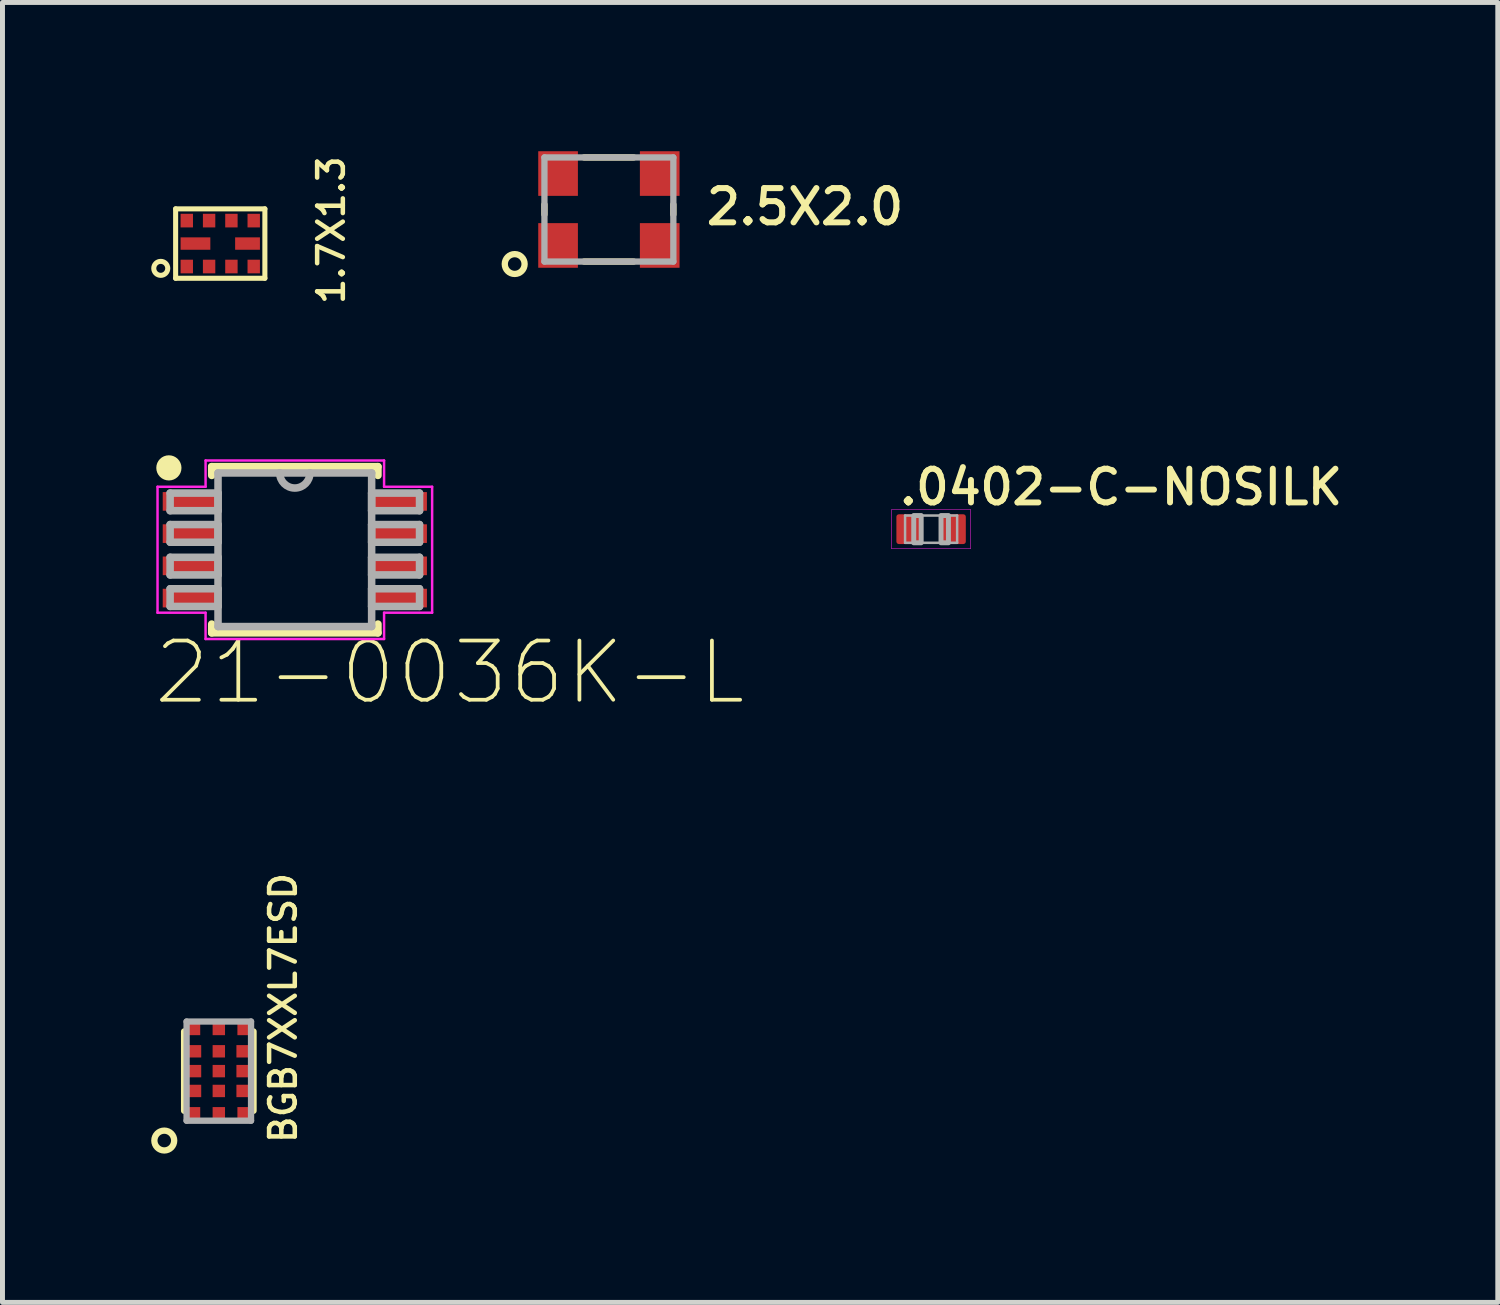
<source format=kicad_pcb>
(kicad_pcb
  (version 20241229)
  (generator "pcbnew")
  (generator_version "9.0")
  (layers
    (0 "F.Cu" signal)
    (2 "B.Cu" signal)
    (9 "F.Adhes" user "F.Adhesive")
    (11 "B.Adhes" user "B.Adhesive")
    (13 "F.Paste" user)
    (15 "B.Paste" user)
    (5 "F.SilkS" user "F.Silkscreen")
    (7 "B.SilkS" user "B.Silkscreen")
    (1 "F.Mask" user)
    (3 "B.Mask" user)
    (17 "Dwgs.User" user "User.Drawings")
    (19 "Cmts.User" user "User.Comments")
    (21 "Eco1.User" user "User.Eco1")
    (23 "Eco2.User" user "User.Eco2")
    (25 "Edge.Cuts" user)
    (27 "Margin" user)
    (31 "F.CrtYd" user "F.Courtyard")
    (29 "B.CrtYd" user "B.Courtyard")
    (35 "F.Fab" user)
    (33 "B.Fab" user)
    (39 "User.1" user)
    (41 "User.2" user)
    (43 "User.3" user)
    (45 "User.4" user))
  (footprint "1.7X1.3"
    (layer "F.Cu")
    (at 1.392 1.862)
    (property "Reference" "1.7X1.3" (at 2.54 1.27 90) (layer "F.SilkS") (effects (font (size 0.518 0.518) (thickness 0.091)) (justify left bottom)))
    (fp_line (start -0.9 -0.7) (end -0.9 0.7) (stroke (width 0.102) (type solid)) (layer "F.SilkS"))
    (fp_line (start -0.9 0.7) (end 0.9 0.7) (stroke (width 0.102) (type solid)) (layer "F.SilkS"))
    (fp_line (start 0.9 -0.7) (end -0.9 -0.7) (stroke (width 0.102) (type solid)) (layer "F.SilkS"))
    (fp_line (start 0.9 0.7) (end 0.9 -0.7) (stroke (width 0.102) (type solid)) (layer "F.SilkS"))
    (fp_circle (center -1.2 0.5) (end -1.059 0.5) (stroke (width 0.102) (type solid)) (fill no) (layer "F.SilkS"))
    (pad "1" smd rect (at -0.675 0.463) (size 0.25 0.275) (layers "F.Cu" "F.Mask" "F.Paste"))
    (pad "2" smd rect (at -0.225 0.463) (size 0.25 0.275) (layers "F.Cu" "F.Mask" "F.Paste"))
    (pad "3" smd rect (at 0.225 0.463) (size 0.25 0.275) (layers "F.Cu" "F.Mask" "F.Paste"))
    (pad "4" smd rect (at 0.675 0.463) (size 0.25 0.275) (layers "F.Cu" "F.Mask" "F.Paste"))
    (pad "5" smd rect (at 0.55 0 180) (size 0.5 0.25) (layers "F.Cu" "F.Mask" "F.Paste"))
    (pad "6" smd rect (at 0.675 -0.463 180) (size 0.25 0.275) (layers "F.Cu" "F.Mask" "F.Paste"))
    (pad "7" smd rect (at 0.225 -0.463 180) (size 0.25 0.275) (layers "F.Cu" "F.Mask" "F.Paste"))
    (pad "8" smd rect (at -0.225 -0.463 180) (size 0.25 0.275) (layers "F.Cu" "F.Mask" "F.Paste"))
    (pad "9" smd rect (at -0.675 -0.463 180) (size 0.25 0.275) (layers "F.Cu" "F.Mask" "F.Paste"))
    (pad "10" smd rect (at -0.5 0) (size 0.6 0.25) (layers "F.Cu" "F.Mask" "F.Paste")))
  (footprint ".0402-C-NOSILK"
    (layer "F.Cu")
    (at 15.728 7.622)
    (property "Reference" ".0402-C-NOSILK" (at -0.7 -0.45 0) (layer "F.SilkS") (effects (font (size 0.68 0.68) (thickness 0.12)) (justify left bottom)))
    (fp_poly (pts (xy -0.76 0.36) (xy -0.14 0.36) (xy -0.14 -0.36) (xy -0.76 -0.36)) (stroke (width 0) (type solid)) (fill yes) (layer "F.Mask"))
    (fp_poly (pts (xy 0.14 0.36) (xy 0.76 0.36) (xy 0.76 -0.36) (xy 0.14 -0.36)) (stroke (width 0) (type solid)) (fill yes) (layer "F.Mask"))
    (fp_line (start -0.795 -0.395) (end -0.795 0.395) (stroke (width 0.01) (type solid)) (layer "F.CrtYd"))
    (fp_line (start -0.795 0.395) (end 0.795 0.395) (stroke (width 0.01) (type solid)) (layer "F.CrtYd"))
    (fp_line (start 0.795 -0.395) (end -0.795 -0.395) (stroke (width 0.01) (type solid)) (layer "F.CrtYd"))
    (fp_line (start 0.795 0.395) (end 0.795 -0.395) (stroke (width 0.01) (type solid)) (layer "F.CrtYd"))
    (fp_line (start -0.525 -0.275) (end 0.525 -0.275) (stroke (width 0.05) (type solid)) (layer "F.Fab"))
    (fp_line (start -0.525 0.275) (end -0.525 -0.275) (stroke (width 0.05) (type solid)) (layer "F.Fab"))
    (fp_line (start 0.525 -0.275) (end 0.525 0.275) (stroke (width 0.05) (type solid)) (layer "F.Fab"))
    (fp_line (start 0.525 0.275) (end -0.525 0.275) (stroke (width 0.05) (type solid)) (layer "F.Fab"))
    (fp_poly (pts (xy -0.35 0.275) (xy -0.2 0.275) (xy -0.2 -0.275) (xy -0.35 -0.275)) (stroke (width 0.1) (type solid)) (fill no) (layer "F.Fab"))
    (fp_poly (pts (xy 0.2 0.275) (xy 0.35 0.275) (xy 0.35 -0.275) (xy 0.2 -0.275)) (stroke (width 0.1) (type solid)) (fill no) (layer "F.Fab"))
    (pad "1" smd roundrect (at -0.45 0) (size 0.5 0.6) (layers "F.Cu" "F.Paste") (roundrect_rratio 0.1))
    (pad "2" smd roundrect (at 0.45 0) (size 0.5 0.6) (layers "F.Cu" "F.Paste") (roundrect_rratio 0.1)))
  (footprint "21-0036K-L"
    (layer "F.Cu")
    (at 2.896 8.037)
    (property "Reference" "21-0036K-L" (at -2.896 3.175 0) (layer "F.SilkS") (effects (font (size 1.194 1.194) (thickness 0.076)) (justify left bottom)))
    (fp_line (start -1.676 -1.676) (end -1.676 -1.499) (stroke (width 0.152) (type solid)) (layer "F.SilkS"))
    (fp_line (start -1.676 1.499) (end -1.676 1.676) (stroke (width 0.152) (type solid)) (layer "F.SilkS"))
    (fp_line (start -1.676 1.676) (end 1.676 1.676) (stroke (width 0.152) (type solid)) (layer "F.SilkS"))
    (fp_line (start 1.676 -1.676) (end -1.676 -1.676) (stroke (width 0.152) (type solid)) (layer "F.SilkS"))
    (fp_line (start 1.676 -1.499) (end 1.676 -1.676) (stroke (width 0.152) (type solid)) (layer "F.SilkS"))
    (fp_line (start 1.676 1.676) (end 1.676 1.499) (stroke (width 0.152) (type solid)) (layer "F.SilkS"))
    (fp_circle (center -2.54 -1.651) (end -2.413 -1.651) (stroke (width 0.254) (type solid)) (fill yes) (layer "F.SilkS"))
    (fp_line (start -2.769 -1.27) (end -1.8 -1.27) (stroke (width 0.05) (type solid)) (layer "F.CrtYd"))
    (fp_line (start -2.769 1.27) (end -2.769 -1.27) (stroke (width 0.05) (type solid)) (layer "F.CrtYd"))
    (fp_line (start -2.769 1.27) (end -1.8 1.27) (stroke (width 0.05) (type solid)) (layer "F.CrtYd"))
    (fp_line (start -1.8 -1.8) (end 1.8 -1.8) (stroke (width 0.05) (type solid)) (layer "F.CrtYd"))
    (fp_line (start -1.8 -1.27) (end -1.8 -1.8) (stroke (width 0.05) (type solid)) (layer "F.CrtYd"))
    (fp_line (start -1.8 1.8) (end -1.8 1.27) (stroke (width 0.05) (type solid)) (layer "F.CrtYd"))
    (fp_line (start 1.8 -1.8) (end 1.8 -1.27) (stroke (width 0.05) (type solid)) (layer "F.CrtYd"))
    (fp_line (start 1.8 1.27) (end 1.8 1.8) (stroke (width 0.05) (type solid)) (layer "F.CrtYd"))
    (fp_line (start 1.8 1.8) (end -1.8 1.8) (stroke (width 0.05) (type solid)) (layer "F.CrtYd"))
    (fp_line (start 2.769 -1.27) (end 1.8 -1.27) (stroke (width 0.05) (type solid)) (layer "F.CrtYd"))
    (fp_line (start 2.769 -1.27) (end 2.769 1.27) (stroke (width 0.05) (type solid)) (layer "F.CrtYd"))
    (fp_line (start 2.769 1.27) (end 1.8 1.27) (stroke (width 0.05) (type solid)) (layer "F.CrtYd"))
    (fp_line (start -2.515 -1.143) (end -2.515 -0.787) (stroke (width 0.152) (type solid)) (layer "F.Fab"))
    (fp_line (start -2.515 -0.787) (end -1.549 -0.787) (stroke (width 0.152) (type solid)) (layer "F.Fab"))
    (fp_line (start -2.515 -0.508) (end -2.515 -0.152) (stroke (width 0.152) (type solid)) (layer "F.Fab"))
    (fp_line (start -2.515 -0.152) (end -1.549 -0.152) (stroke (width 0.152) (type solid)) (layer "F.Fab"))
    (fp_line (start -2.515 0.152) (end -2.515 0.508) (stroke (width 0.152) (type solid)) (layer "F.Fab"))
    (fp_line (start -2.515 0.508) (end -1.549 0.508) (stroke (width 0.152) (type solid)) (layer "F.Fab"))
    (fp_line (start -2.515 0.787) (end -2.515 1.143) (stroke (width 0.152) (type solid)) (layer "F.Fab"))
    (fp_line (start -2.515 1.143) (end -1.549 1.143) (stroke (width 0.152) (type solid)) (layer "F.Fab"))
    (fp_line (start -1.549 -1.549) (end -1.549 1.549) (stroke (width 0.152) (type solid)) (layer "F.Fab"))
    (fp_line (start -1.549 -1.143) (end -2.515 -1.143) (stroke (width 0.152) (type solid)) (layer "F.Fab"))
    (fp_line (start -1.549 -0.787) (end -1.549 -1.143) (stroke (width 0.152) (type solid)) (layer "F.Fab"))
    (fp_line (start -1.549 -0.508) (end -2.515 -0.508) (stroke (width 0.152) (type solid)) (layer "F.Fab"))
    (fp_line (start -1.549 -0.152) (end -1.549 -0.508) (stroke (width 0.152) (type solid)) (layer "F.Fab"))
    (fp_line (start -1.549 0.152) (end -2.515 0.152) (stroke (width 0.152) (type solid)) (layer "F.Fab"))
    (fp_line (start -1.549 0.508) (end -1.549 0.152) (stroke (width 0.152) (type solid)) (layer "F.Fab"))
    (fp_line (start -1.549 0.787) (end -2.515 0.787) (stroke (width 0.152) (type solid)) (layer "F.Fab"))
    (fp_line (start -1.549 1.143) (end -1.549 0.787) (stroke (width 0.152) (type solid)) (layer "F.Fab"))
    (fp_line (start -1.549 1.549) (end 1.549 1.549) (stroke (width 0.152) (type solid)) (layer "F.Fab"))
    (fp_line (start -0.305 -1.549) (end -1.549 -1.549) (stroke (width 0.152) (type solid)) (layer "F.Fab"))
    (fp_line (start 0.305 -1.549) (end -0.305 -1.549) (stroke (width 0.152) (type solid)) (layer "F.Fab"))
    (fp_line (start 1.549 -1.549) (end 0.305 -1.549) (stroke (width 0.152) (type solid)) (layer "F.Fab"))
    (fp_line (start 1.549 -1.143) (end 1.549 -0.787) (stroke (width 0.152) (type solid)) (layer "F.Fab"))
    (fp_line (start 1.549 -0.787) (end 2.515 -0.787) (stroke (width 0.152) (type solid)) (layer "F.Fab"))
    (fp_line (start 1.549 -0.508) (end 1.549 -0.152) (stroke (width 0.152) (type solid)) (layer "F.Fab"))
    (fp_line (start 1.549 -0.152) (end 2.515 -0.152) (stroke (width 0.152) (type solid)) (layer "F.Fab"))
    (fp_line (start 1.549 0.152) (end 1.549 0.508) (stroke (width 0.152) (type solid)) (layer "F.Fab"))
    (fp_line (start 1.549 0.508) (end 2.515 0.508) (stroke (width 0.152) (type solid)) (layer "F.Fab"))
    (fp_line (start 1.549 0.787) (end 1.549 1.143) (stroke (width 0.152) (type solid)) (layer "F.Fab"))
    (fp_line (start 1.549 1.143) (end 2.515 1.143) (stroke (width 0.152) (type solid)) (layer "F.Fab"))
    (fp_line (start 1.549 1.549) (end 1.549 -1.549) (stroke (width 0.152) (type solid)) (layer "F.Fab"))
    (fp_line (start 2.515 -1.143) (end 1.549 -1.143) (stroke (width 0.152) (type solid)) (layer "F.Fab"))
    (fp_line (start 2.515 -0.787) (end 2.515 -1.143) (stroke (width 0.152) (type solid)) (layer "F.Fab"))
    (fp_line (start 2.515 -0.508) (end 1.549 -0.508) (stroke (width 0.152) (type solid)) (layer "F.Fab"))
    (fp_line (start 2.515 -0.152) (end 2.515 -0.508) (stroke (width 0.152) (type solid)) (layer "F.Fab"))
    (fp_line (start 2.515 0.152) (end 1.549 0.152) (stroke (width 0.152) (type solid)) (layer "F.Fab"))
    (fp_line (start 2.515 0.508) (end 2.515 0.152) (stroke (width 0.152) (type solid)) (layer "F.Fab"))
    (fp_line (start 2.515 0.787) (end 1.549 0.787) (stroke (width 0.152) (type solid)) (layer "F.Fab"))
    (fp_line (start 2.515 1.143) (end 2.515 0.787) (stroke (width 0.152) (type solid)) (layer "F.Fab"))
    (fp_arc (start 0.3048 -1.5494) (mid 0 -1.2446) (end -0.3048 -1.5494) (stroke (width 0.1524) (type solid)) (layer "F.Fab"))
    (pad "1" smd rect (at -2.134 -0.975) (size 1.06 0.376) (layers "F.Cu" "F.Mask" "F.Paste"))
    (pad "2" smd rect (at -2.134 -0.325) (size 1.06 0.376) (layers "F.Cu" "F.Mask" "F.Paste"))
    (pad "3" smd rect (at -2.134 0.325) (size 1.06 0.376) (layers "F.Cu" "F.Mask" "F.Paste"))
    (pad "4" smd rect (at -2.134 0.975) (size 1.06 0.376) (layers "F.Cu" "F.Mask" "F.Paste"))
    (pad "5" smd rect (at 2.134 0.975) (size 1.06 0.376) (layers "F.Cu" "F.Mask" "F.Paste"))
    (pad "6" smd rect (at 2.134 0.325) (size 1.06 0.376) (layers "F.Cu" "F.Mask" "F.Paste"))
    (pad "7" smd rect (at 2.134 -0.325) (size 1.06 0.376) (layers "F.Cu" "F.Mask" "F.Paste"))
    (pad "8" smd rect (at 2.134 -0.975) (size 1.06 0.376) (layers "F.Cu" "F.Mask" "F.Paste")))
  (footprint "2.5X2.0"
    (layer "F.Cu")
    (at 9.23 1.175)
    (property "Reference" "2.5X2.0" (at 1.9 0.35 0) (layer "F.SilkS") (effects (font (size 0.691 0.691) (thickness 0.122)) (justify left bottom)))
    (fp_line (start -1.3 -0.1) (end -1.3 0.1) (stroke (width 0.127) (type solid)) (layer "F.SilkS"))
    (fp_line (start -0.5 -1.05) (end 0.5 -1.05) (stroke (width 0.127) (type solid)) (layer "F.SilkS"))
    (fp_line (start -0.5 1.05) (end 0.5 1.05) (stroke (width 0.127) (type solid)) (layer "F.SilkS"))
    (fp_line (start 1.3 -0.1) (end 1.3 0.1) (stroke (width 0.127) (type solid)) (layer "F.SilkS"))
    (fp_circle (center -1.9 1.1) (end -1.7 1.1) (stroke (width 0.127) (type solid)) (fill no) (layer "F.SilkS"))
    (fp_poly (pts (xy -1.3 -0.35) (xy -0.7 -0.35) (xy -0.7 -1.05) (xy -1.3 -1.05)) (stroke (width 0) (type solid)) (fill yes) (layer "F.Paste"))
    (fp_poly (pts (xy -1.3 1.05) (xy -0.7 1.05) (xy -0.7 0.35) (xy -1.3 0.35)) (stroke (width 0) (type solid)) (fill yes) (layer "F.Paste"))
    (fp_poly (pts (xy 0.7 -0.35) (xy 1.3 -0.35) (xy 1.3 -1.05) (xy 0.7 -1.05)) (stroke (width 0) (type solid)) (fill yes) (layer "F.Paste"))
    (fp_poly (pts (xy 0.7 1.05) (xy 1.3 1.05) (xy 1.3 0.35) (xy 0.7 0.35)) (stroke (width 0) (type solid)) (fill yes) (layer "F.Paste"))
    (fp_line (start -1.3 -1.05) (end 1.3 -1.05) (stroke (width 0.127) (type solid)) (layer "F.Fab"))
    (fp_line (start -1.3 1.05) (end -1.3 -1.05) (stroke (width 0.127) (type solid)) (layer "F.Fab"))
    (fp_line (start 1.3 -1.05) (end 1.3 1.05) (stroke (width 0.127) (type solid)) (layer "F.Fab"))
    (fp_line (start 1.3 1.05) (end -1.3 1.05) (stroke (width 0.127) (type solid)) (layer "F.Fab"))
    (pad "1" smd rect (at -1.025 0.725) (size 0.8 0.9) (layers "F.Cu" "F.Mask"))
    (pad "2" smd rect (at 1.025 0.725) (size 0.8 0.9) (layers "F.Cu" "F.Mask"))
    (pad "3" smd rect (at 1.025 -0.725) (size 0.8 0.9) (layers "F.Cu" "F.Mask"))
    (pad "4" smd rect (at -1.025 -0.725) (size 0.8 0.9) (layers "F.Cu" "F.Mask")))
  (footprint "BGB7XXL7ESD"
    (layer "F.Cu")
    (at 1.363 18.552)
    (property "Reference" "BGB7XXL7ESD" (at 1.6 1.5 90) (layer "F.SilkS") (effects (font (size 0.518 0.518) (thickness 0.091)) (justify left bottom)))
    (fp_line (start -0.7 -0.8) (end -0.7 0.8) (stroke (width 0.127) (type solid)) (layer "F.SilkS"))
    (fp_line (start 0.7 -0.8) (end 0.7 0.8) (stroke (width 0.127) (type solid)) (layer "F.SilkS"))
    (fp_circle (center -1.1 1.4) (end -0.9 1.4) (stroke (width 0.127) (type solid)) (fill no) (layer "F.SilkS"))
    (fp_line (start -0.65 -1) (end -0.65 1) (stroke (width 0.127) (type solid)) (layer "F.Fab"))
    (fp_line (start -0.65 1) (end 0.65 1) (stroke (width 0.127) (type solid)) (layer "F.Fab"))
    (fp_line (start 0.65 -1) (end -0.65 -1) (stroke (width 0.127) (type solid)) (layer "F.Fab"))
    (fp_line (start 0.65 1) (end 0.65 -1) (stroke (width 0.127) (type solid)) (layer "F.Fab"))
    (pad "1" smd rect (at -0.5 0.85 180) (size 0.25 0.25) (layers "F.Cu" "F.Mask" "F.Paste"))
    (pad "2" smd rect (at 0 0.85 180) (size 0.25 0.25) (layers "F.Cu" "F.Mask" "F.Paste"))
    (pad "3" smd rect (at 0.5 0.85 180) (size 0.25 0.25) (layers "F.Cu" "F.Mask" "F.Paste"))
    (pad "4" smd rect (at 0.5 -0.85) (size 0.25 0.25) (layers "F.Cu" "F.Mask" "F.Paste"))
    (pad "5" smd rect (at 0 -0.85) (size 0.25 0.25) (layers "F.Cu" "F.Mask" "F.Paste"))
    (pad "6" smd rect (at -0.5 -0.85) (size 0.25 0.25) (layers "F.Cu" "F.Mask" "F.Paste"))
    (pad "7" smd rect (at 0.48 0.4 180) (size 0.25 0.25) (layers "F.Cu" "F.Mask" "F.Paste"))
    (pad "8" smd rect (at 0 0.4) (size 0.25 0.25) (layers "F.Cu" "F.Mask" "F.Paste"))
    (pad "9" smd rect (at -0.48 0.4) (size 0.25 0.25) (layers "F.Cu" "F.Mask" "F.Paste"))
    (pad "10" smd rect (at 0.48 0 180) (size 0.25 0.25) (layers "F.Cu" "F.Mask" "F.Paste"))
    (pad "11" smd rect (at 0 0) (size 0.25 0.25) (layers "F.Cu" "F.Mask" "F.Paste"))
    (pad "12" smd rect (at -0.48 0) (size 0.25 0.25) (layers "F.Cu" "F.Mask" "F.Paste"))
    (pad "13" smd rect (at 0.48 -0.4 180) (size 0.25 0.25) (layers "F.Cu" "F.Mask" "F.Paste"))
    (pad "14" smd rect (at 0 -0.4) (size 0.25 0.25) (layers "F.Cu" "F.Mask" "F.Paste"))
    (pad "15" smd rect (at -0.48 -0.4) (size 0.25 0.25) (layers "F.Cu" "F.Mask" "F.Paste")))
  (gr_rect
    (start -3 -3)
    (end 27.157 23.216)
    (stroke (width 0.1) (type default))
    (fill no)
    (layer "Edge.Cuts")))
</source>
